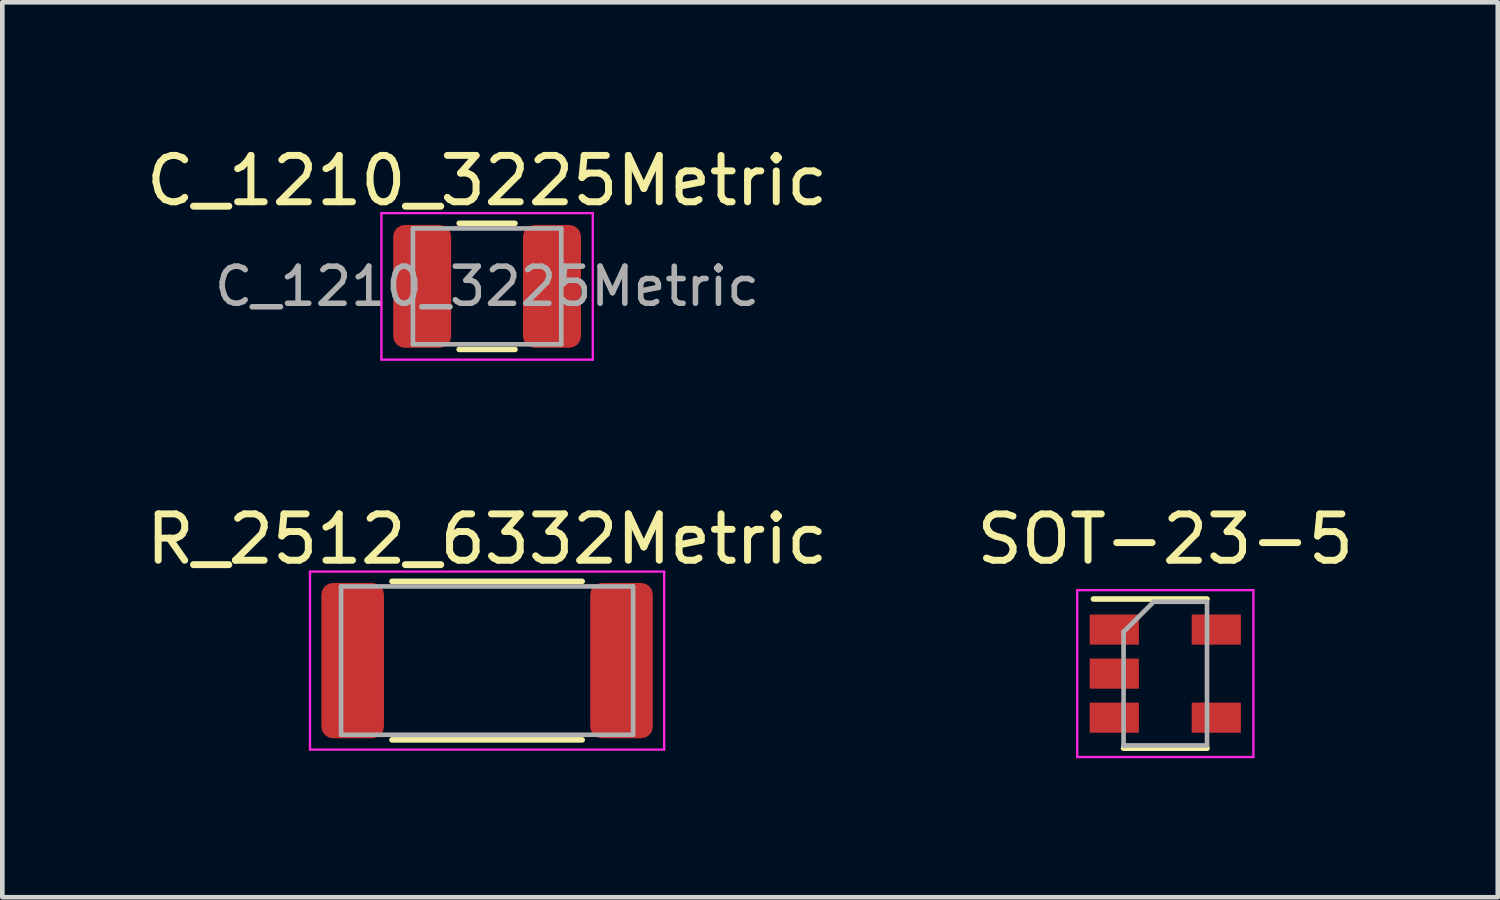
<source format=kicad_pcb>
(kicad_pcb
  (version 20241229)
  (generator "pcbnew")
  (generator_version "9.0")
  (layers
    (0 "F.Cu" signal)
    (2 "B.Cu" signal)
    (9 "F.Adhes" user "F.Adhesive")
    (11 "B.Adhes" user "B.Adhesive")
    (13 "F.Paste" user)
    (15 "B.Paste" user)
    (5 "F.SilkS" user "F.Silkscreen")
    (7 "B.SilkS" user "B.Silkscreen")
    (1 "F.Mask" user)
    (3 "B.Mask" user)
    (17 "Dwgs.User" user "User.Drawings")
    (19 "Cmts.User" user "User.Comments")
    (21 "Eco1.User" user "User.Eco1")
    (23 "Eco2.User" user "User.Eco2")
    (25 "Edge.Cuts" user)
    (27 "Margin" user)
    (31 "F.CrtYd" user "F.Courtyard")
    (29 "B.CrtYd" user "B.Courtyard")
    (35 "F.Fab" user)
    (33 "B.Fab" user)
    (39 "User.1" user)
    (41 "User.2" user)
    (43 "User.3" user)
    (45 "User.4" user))
  (footprint "SOT-23-5"
    (layer "F.Cu")
    (at 22.089 11.482)
    (property "Reference" "SOT-23-5" (at 0 -2.9 0) (layer "F.SilkS") (effects (font (size 1 1) (thickness 0.15))))
    (attr smd)
    (fp_line (start -0.9 1.61) (end 0.9 1.61) (stroke (width 0.12) (type solid)) (layer "F.SilkS"))
    (fp_line (start 0.9 -1.61) (end -1.55 -1.61) (stroke (width 0.12) (type solid)) (layer "F.SilkS"))
    (fp_line (start -1.9 -1.8) (end 1.9 -1.8) (stroke (width 0.05) (type solid)) (layer "F.CrtYd"))
    (fp_line (start -1.9 1.8) (end -1.9 -1.8) (stroke (width 0.05) (type solid)) (layer "F.CrtYd"))
    (fp_line (start 1.9 -1.8) (end 1.9 1.8) (stroke (width 0.05) (type solid)) (layer "F.CrtYd"))
    (fp_line (start 1.9 1.8) (end -1.9 1.8) (stroke (width 0.05) (type solid)) (layer "F.CrtYd"))
    (fp_line (start -0.9 -0.9) (end -0.9 1.55) (stroke (width 0.1) (type solid)) (layer "F.Fab"))
    (fp_line (start -0.9 -0.9) (end -0.25 -1.55) (stroke (width 0.1) (type solid)) (layer "F.Fab"))
    (fp_line (start 0.9 -1.55) (end -0.25 -1.55) (stroke (width 0.1) (type solid)) (layer "F.Fab"))
    (fp_line (start 0.9 -1.55) (end 0.9 1.55) (stroke (width 0.1) (type solid)) (layer "F.Fab"))
    (fp_line (start 0.9 1.55) (end -0.9 1.55) (stroke (width 0.1) (type solid)) (layer "F.Fab"))
    (pad "1" smd rect (at -1.1 -0.95) (size 1.06 0.65) (layers "F.Cu" "F.Mask" "F.Paste"))
    (pad "2" smd rect (at -1.1 0) (size 1.06 0.65) (layers "F.Cu" "F.Mask" "F.Paste"))
    (pad "3" smd rect (at -1.1 0.95) (size 1.06 0.65) (layers "F.Cu" "F.Mask" "F.Paste"))
    (pad "4" smd rect (at 1.1 0.95) (size 1.06 0.65) (layers "F.Cu" "F.Mask" "F.Paste"))
    (pad "5" smd rect (at 1.1 -0.95) (size 1.06 0.65) (layers "F.Cu" "F.Mask" "F.Paste")))
  (footprint "R_2512_6332Metric"
    (layer "F.Cu")
    (at 7.458 11.201)
    (property "Reference" "R_2512_6332Metric" (at 0 -2.62 0) (layer "F.SilkS") (effects (font (size 1 1) (thickness 0.15))))
    (attr smd)
    (fp_line (start -2.052 -1.71) (end 2.052 -1.71) (stroke (width 0.12) (type solid)) (layer "F.SilkS"))
    (fp_line (start -2.052 1.71) (end 2.052 1.71) (stroke (width 0.12) (type solid)) (layer "F.SilkS"))
    (fp_line (start -3.82 -1.92) (end 3.82 -1.92) (stroke (width 0.05) (type solid)) (layer "F.CrtYd"))
    (fp_line (start -3.82 1.92) (end -3.82 -1.92) (stroke (width 0.05) (type solid)) (layer "F.CrtYd"))
    (fp_line (start 3.82 -1.92) (end 3.82 1.92) (stroke (width 0.05) (type solid)) (layer "F.CrtYd"))
    (fp_line (start 3.82 1.92) (end -3.82 1.92) (stroke (width 0.05) (type solid)) (layer "F.CrtYd"))
    (fp_line (start -3.15 -1.6) (end 3.15 -1.6) (stroke (width 0.1) (type solid)) (layer "F.Fab"))
    (fp_line (start -3.15 1.6) (end -3.15 -1.6) (stroke (width 0.1) (type solid)) (layer "F.Fab"))
    (fp_line (start 3.15 -1.6) (end 3.15 1.6) (stroke (width 0.1) (type solid)) (layer "F.Fab"))
    (fp_line (start 3.15 1.6) (end -3.15 1.6) (stroke (width 0.1) (type solid)) (layer "F.Fab"))
    (pad "1" smd roundrect (at -2.9 0) (size 1.35 3.35) (layers "F.Cu" "F.Mask" "F.Paste") (roundrect_rratio 0.185))
    (pad "2" smd roundrect (at 2.9 0) (size 1.35 3.35) (layers "F.Cu" "F.Mask" "F.Paste") (roundrect_rratio 0.185)))
  (footprint "C_1210_3225Metric"
    (layer "F.Cu")
    (at 7.458 3.128)
    (property "Reference" "C_1210_3225Metric" (at 0 -2.28 0) (layer "F.SilkS") (effects (font (size 1 1) (thickness 0.15))))
    (attr smd)
    (fp_line (start -0.602 -1.36) (end 0.602 -1.36) (stroke (width 0.12) (type solid)) (layer "F.SilkS"))
    (fp_line (start -0.602 1.36) (end 0.602 1.36) (stroke (width 0.12) (type solid)) (layer "F.SilkS"))
    (fp_line (start -2.28 -1.58) (end 2.28 -1.58) (stroke (width 0.05) (type solid)) (layer "F.CrtYd"))
    (fp_line (start -2.28 1.58) (end -2.28 -1.58) (stroke (width 0.05) (type solid)) (layer "F.CrtYd"))
    (fp_line (start 2.28 -1.58) (end 2.28 1.58) (stroke (width 0.05) (type solid)) (layer "F.CrtYd"))
    (fp_line (start 2.28 1.58) (end -2.28 1.58) (stroke (width 0.05) (type solid)) (layer "F.CrtYd"))
    (fp_line (start -1.6 -1.25) (end 1.6 -1.25) (stroke (width 0.1) (type solid)) (layer "F.Fab"))
    (fp_line (start -1.6 1.25) (end -1.6 -1.25) (stroke (width 0.1) (type solid)) (layer "F.Fab"))
    (fp_line (start 1.6 -1.25) (end 1.6 1.25) (stroke (width 0.1) (type solid)) (layer "F.Fab"))
    (fp_line (start 1.6 1.25) (end -1.6 1.25) (stroke (width 0.1) (type solid)) (layer "F.Fab"))
    (fp_text user "${REFERENCE}" (at 0 0 0) (layer "F.Fab") (effects (font (size 0.8 0.8) (thickness 0.12))))
    (pad "1" smd roundrect (at -1.4 0) (size 1.25 2.65) (layers "F.Cu" "F.Mask" "F.Paste") (roundrect_rratio 0.2))
    (pad "2" smd roundrect (at 1.4 0) (size 1.25 2.65) (layers "F.Cu" "F.Mask" "F.Paste") (roundrect_rratio 0.2)))
  (gr_rect
    (start -3 -3)
    (end 29.262 16.306)
    (stroke (width 0.1) (type default))
    (fill no)
    (layer "Edge.Cuts")))
</source>
